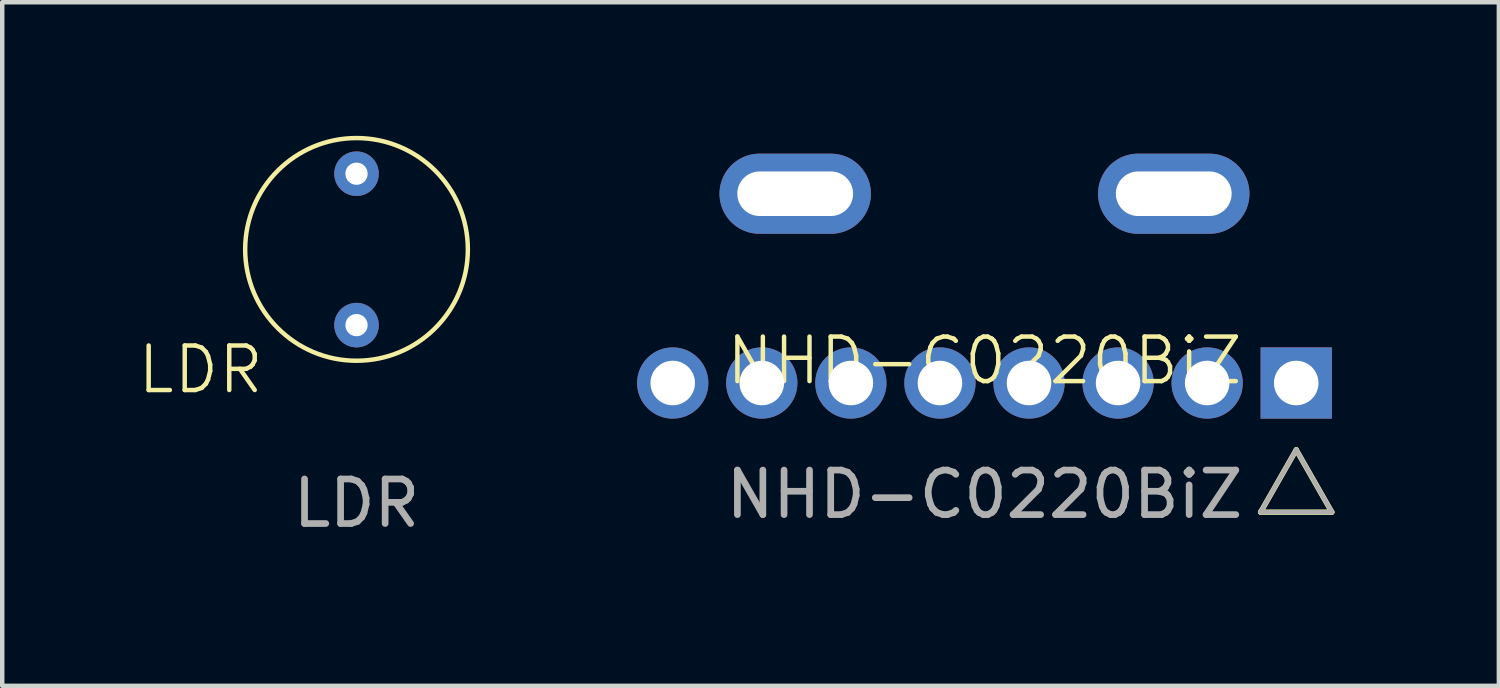
<source format=kicad_pcb>
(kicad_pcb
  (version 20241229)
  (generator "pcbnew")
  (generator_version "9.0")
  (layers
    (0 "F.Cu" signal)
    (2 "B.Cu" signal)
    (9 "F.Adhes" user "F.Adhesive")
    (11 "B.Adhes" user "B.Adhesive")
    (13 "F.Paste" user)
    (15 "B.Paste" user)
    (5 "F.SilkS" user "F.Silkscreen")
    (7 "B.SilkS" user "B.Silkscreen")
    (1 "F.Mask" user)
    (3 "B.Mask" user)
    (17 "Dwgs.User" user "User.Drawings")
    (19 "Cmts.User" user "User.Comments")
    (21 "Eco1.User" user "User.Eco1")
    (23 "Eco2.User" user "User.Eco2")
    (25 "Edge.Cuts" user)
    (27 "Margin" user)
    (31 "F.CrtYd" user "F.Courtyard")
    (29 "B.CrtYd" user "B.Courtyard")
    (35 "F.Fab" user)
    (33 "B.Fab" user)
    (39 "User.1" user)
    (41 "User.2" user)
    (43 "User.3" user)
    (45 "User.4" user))
  (footprint "NHD-C0220BiZ"
    (layer "F.Cu")
    (at 19.055 5.55)
    (property "Reference" "NHD-C0220BiZ" (at 0 -0.5 0) (unlocked yes) (layer "F.SilkS") (effects (font (size 1 1) (thickness 0.1))))
    (attr through_hole)
    (fp_rect (start -8.5 -5.5) (end 8.5 3.75) (stroke (width 0.1) (type default)) (fill no) (layer "B.Mask"))
    (fp_line (start 6.2 2.9) (end 7 1.5) (stroke (width 0.12) (type solid)) (layer "F.SilkS"))
    (fp_line (start 6.2 2.9) (end 7.8 2.9) (stroke (width 0.12) (type solid)) (layer "F.SilkS"))
    (fp_line (start 7 1.5) (end 7.8 2.9) (stroke (width 0.12) (type solid)) (layer "F.SilkS"))
    (fp_line (start 6.2 2.9) (end 7.8 2.9) (stroke (width 0.1) (type solid)) (layer "F.Fab"))
    (fp_line (start 7 1.5) (end 6.2 2.9) (stroke (width 0.1) (type solid)) (layer "F.Fab"))
    (fp_line (start 7.8 2.9) (end 7 1.5) (stroke (width 0.1) (type solid)) (layer "F.Fab"))
    (fp_text user "${REFERENCE}" (at 0 2.5 0) (unlocked yes) (layer "F.Fab") (effects (font (size 1 1) (thickness 0.15))))
    (pad "1" thru_hole rect (at 7 0) (size 1.6 1.6) (drill 1) (layers "*.Cu" "*.Mask"))
    (pad "2" thru_hole circle (at 5 0) (size 1.6 1.6) (drill 1) (layers "*.Cu" "*.Mask"))
    (pad "3" thru_hole circle (at 3 0) (size 1.6 1.6) (drill 1) (layers "*.Cu" "*.Mask"))
    (pad "4" thru_hole circle (at 1 0) (size 1.6 1.6) (drill 1) (layers "*.Cu" "*.Mask"))
    (pad "5" thru_hole circle (at -1 0) (size 1.6 1.6) (drill 1) (layers "*.Cu" "*.Mask"))
    (pad "6" thru_hole circle (at -3 0) (size 1.6 1.6) (drill 1) (layers "*.Cu" "*.Mask"))
    (pad "7" thru_hole circle (at -5 0) (size 1.6 1.6) (drill 1) (layers "*.Cu" "*.Mask"))
    (pad "8" thru_hole circle (at -7 0) (size 1.6 1.6) (drill 1) (layers "*.Cu" "*.Mask"))
    (pad "9" thru_hole oval (at 4.25 -4.25 90) (size 1.8 3.4) (drill oval 1 2.6) (layers "*.Cu" "*.Mask"))
    (pad "10" thru_hole oval (at -4.25 -4.25 90) (size 1.8 3.4) (drill oval 1 2.6) (layers "*.Cu" "*.Mask")))
  (footprint "LDR"
    (layer "F.Cu")
    (at 4.955 4.25)
    (property "Reference" "LDR" (at -3.5 1 0) (unlocked yes) (layer "F.SilkS") (effects (font (size 1 1) (thickness 0.1))))
    (attr through_hole)
    (fp_circle (center 0 -1.7) (end 2.5 -1.7) (stroke (width 0.1) (type default)) (fill no) (layer "F.SilkS"))
    (fp_text user "${REFERENCE}" (at 0 4 0) (unlocked yes) (layer "F.Fab") (effects (font (size 1 1) (thickness 0.15))))
    (pad "1" thru_hole circle (at 0 0) (size 1 1) (drill 0.5) (layers "*.Cu" "*.Mask"))
    (pad "2" thru_hole circle (at 0 -3.4) (size 1 1) (drill 0.5) (layers "*.Cu" "*.Mask")))
  (gr_rect
    (start -3 -3)
    (end 30.605 12.35)
    (stroke (width 0.1) (type default))
    (fill no)
    (layer "Edge.Cuts")))
</source>
